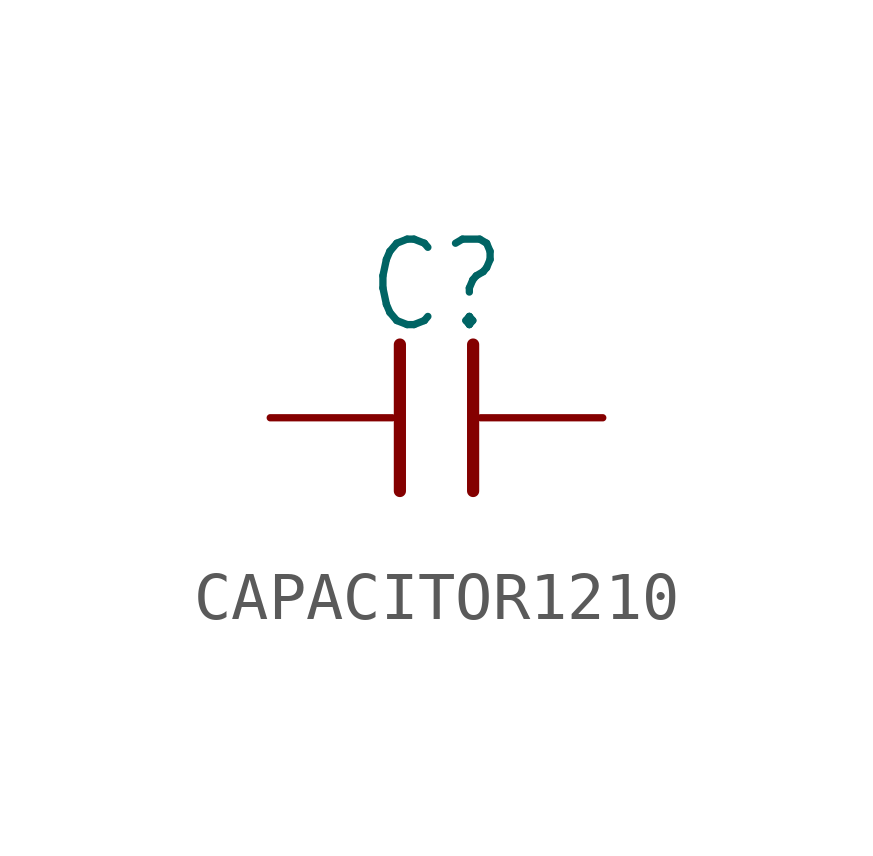
<source format=kicad_sym>
(kicad_symbol_lib
  (version 20241209)
  (generator "kicad_symbol_editor")
  (generator_version "9.0")
  (symbol "CAPACITOR1210"
    (property "Reference" "C"
      (at 0 1.714 0)
      (effects (font (size 1.778 1.511)) (justify bottom)))
    (property "Value" ""
      (at 0 -1.714 0)
      (effects (font (size 1.778 1.511)) (justify top)))
    (property "ki_locked" ""
      (at 0 0 0)
      (effects (font (size 1.27 1.27))))
    (symbol "CAPACITOR1210_1_0"
      (polyline (pts (xy -0.762 1.524) (xy -0.762 -1.524)) (stroke (width 0.254) (type solid)) (fill (type none)))
      (polyline (pts (xy 0.762 -1.524) (xy 0.762 1.524)) (stroke (width 0.254) (type solid)) (fill (type none)))
      (pin bidirectional line (at -3.46 0 0) (length 2.54) (name "P$1" (effects (font (size 0 0)))) (number "1" (effects (font (size 0 0)))))
      (pin bidirectional line (at 3.46 0 180) (length 2.54) (name "P$2" (effects (font (size 0 0)))) (number "2" (effects (font (size 0 0))))))))
</source>
